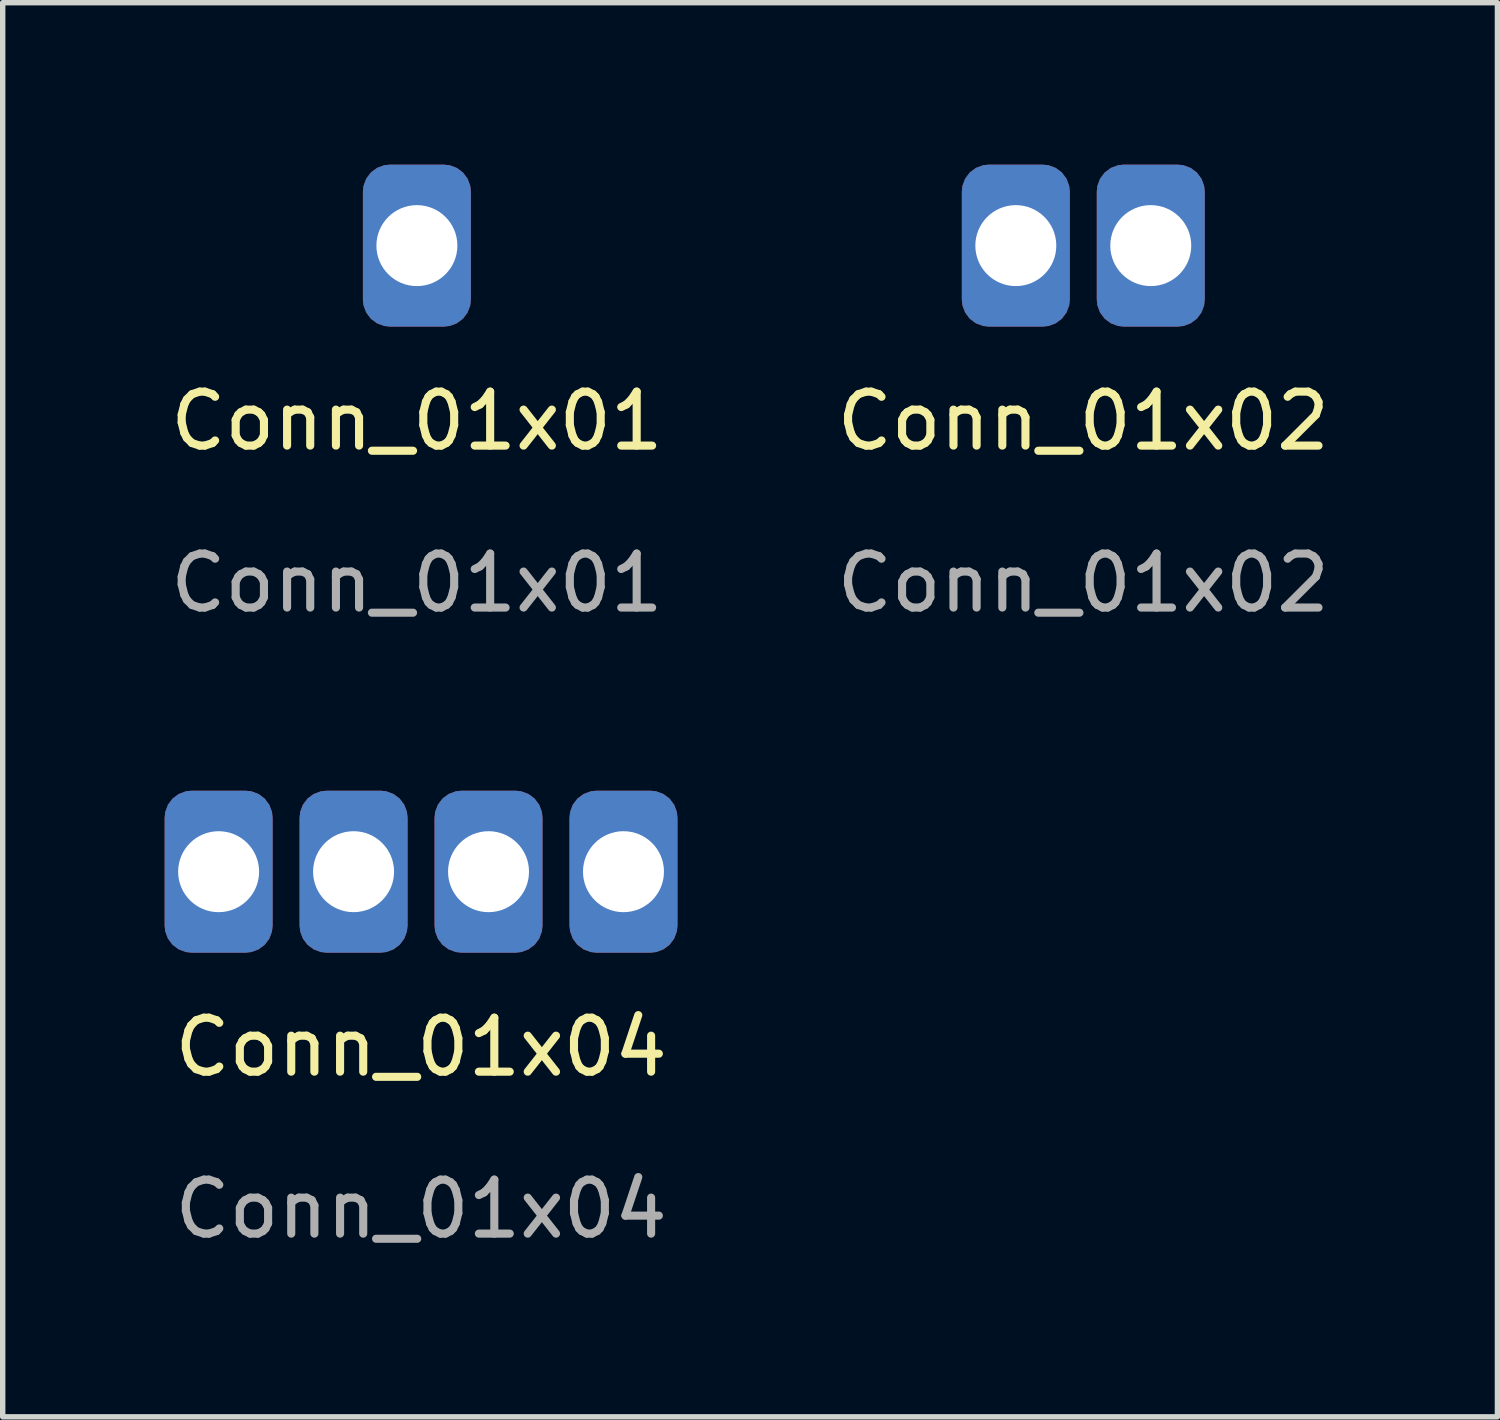
<source format=kicad_pcb>
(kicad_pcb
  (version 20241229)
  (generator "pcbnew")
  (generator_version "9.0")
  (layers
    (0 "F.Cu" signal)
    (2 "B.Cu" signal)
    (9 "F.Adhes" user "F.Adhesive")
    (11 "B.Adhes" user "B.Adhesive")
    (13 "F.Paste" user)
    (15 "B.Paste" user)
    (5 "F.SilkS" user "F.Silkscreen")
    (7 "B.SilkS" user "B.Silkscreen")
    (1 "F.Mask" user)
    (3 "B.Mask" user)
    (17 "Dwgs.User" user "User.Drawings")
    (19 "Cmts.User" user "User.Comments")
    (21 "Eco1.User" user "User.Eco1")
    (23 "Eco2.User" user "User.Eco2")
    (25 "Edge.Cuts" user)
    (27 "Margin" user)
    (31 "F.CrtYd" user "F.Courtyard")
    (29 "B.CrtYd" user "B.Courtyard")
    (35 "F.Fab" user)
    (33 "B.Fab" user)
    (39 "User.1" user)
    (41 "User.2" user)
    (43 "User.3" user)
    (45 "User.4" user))
  (footprint "Conn_01x04"
    (layer "F.Cu")
    (at 4.75 13.098)
    (property "Reference" "Conn_01x04" (at 0 3.25 0) (unlocked yes) (layer "F.SilkS") (effects (font (size 1 1) (thickness 0.15))))
    (attr through_hole)
    (fp_text user "${REFERENCE}" (at 0 6.25 0) (unlocked yes) (layer "F.Fab") (effects (font (size 1 1) (thickness 0.15))))
    (pad "1" thru_hole roundrect (at -3.75 0) (size 2 3) (drill 1.5) (layers "*.Cu" "*.Mask") (roundrect_rratio 0.25))
    (pad "2" thru_hole roundrect (at -1.25 0) (size 2 3) (drill 1.5) (layers "*.Cu" "*.Mask") (roundrect_rratio 0.25))
    (pad "3" thru_hole roundrect (at 1.25 0) (size 2 3) (drill 1.5) (layers "*.Cu" "*.Mask") (roundrect_rratio 0.25))
    (pad "4" thru_hole roundrect (at 3.75 0) (size 2 3) (drill 1.5) (layers "*.Cu" "*.Mask") (roundrect_rratio 0.25)))
  (footprint "Conn_01x01"
    (layer "F.Cu")
    (at 4.673 1.5)
    (property "Reference" "Conn_01x01" (at 0 3.25 0) (unlocked yes) (layer "F.SilkS") (effects (font (size 1 1) (thickness 0.15))))
    (attr through_hole)
    (fp_text user "${REFERENCE}" (at 0 6.25 0) (unlocked yes) (layer "F.Fab") (effects (font (size 1 1) (thickness 0.15))))
    (pad "1" thru_hole roundrect (at 0 0) (size 2 3) (drill 1.5) (layers "*.Cu" "*.Mask") (roundrect_rratio 0.25)))
  (footprint "Conn_01x02"
    (layer "F.Cu")
    (at 17.018 1.5)
    (property "Reference" "Conn_01x02" (at 0 3.25 0) (unlocked yes) (layer "F.SilkS") (effects (font (size 1 1) (thickness 0.15))))
    (attr through_hole)
    (fp_text user "${REFERENCE}" (at 0 6.25 0) (unlocked yes) (layer "F.Fab") (effects (font (size 1 1) (thickness 0.15))))
    (pad "1" thru_hole roundrect (at -1.25 0) (size 2 3) (drill 1.5) (layers "*.Cu" "*.Mask") (roundrect_rratio 0.25))
    (pad "2" thru_hole roundrect (at 1.25 0) (size 2 3) (drill 1.5) (layers "*.Cu" "*.Mask") (roundrect_rratio 0.25)))
  (gr_rect
    (start -3 -3)
    (end 24.69 23.197)
    (stroke (width 0.1) (type default))
    (fill no)
    (layer "Edge.Cuts")))
</source>
